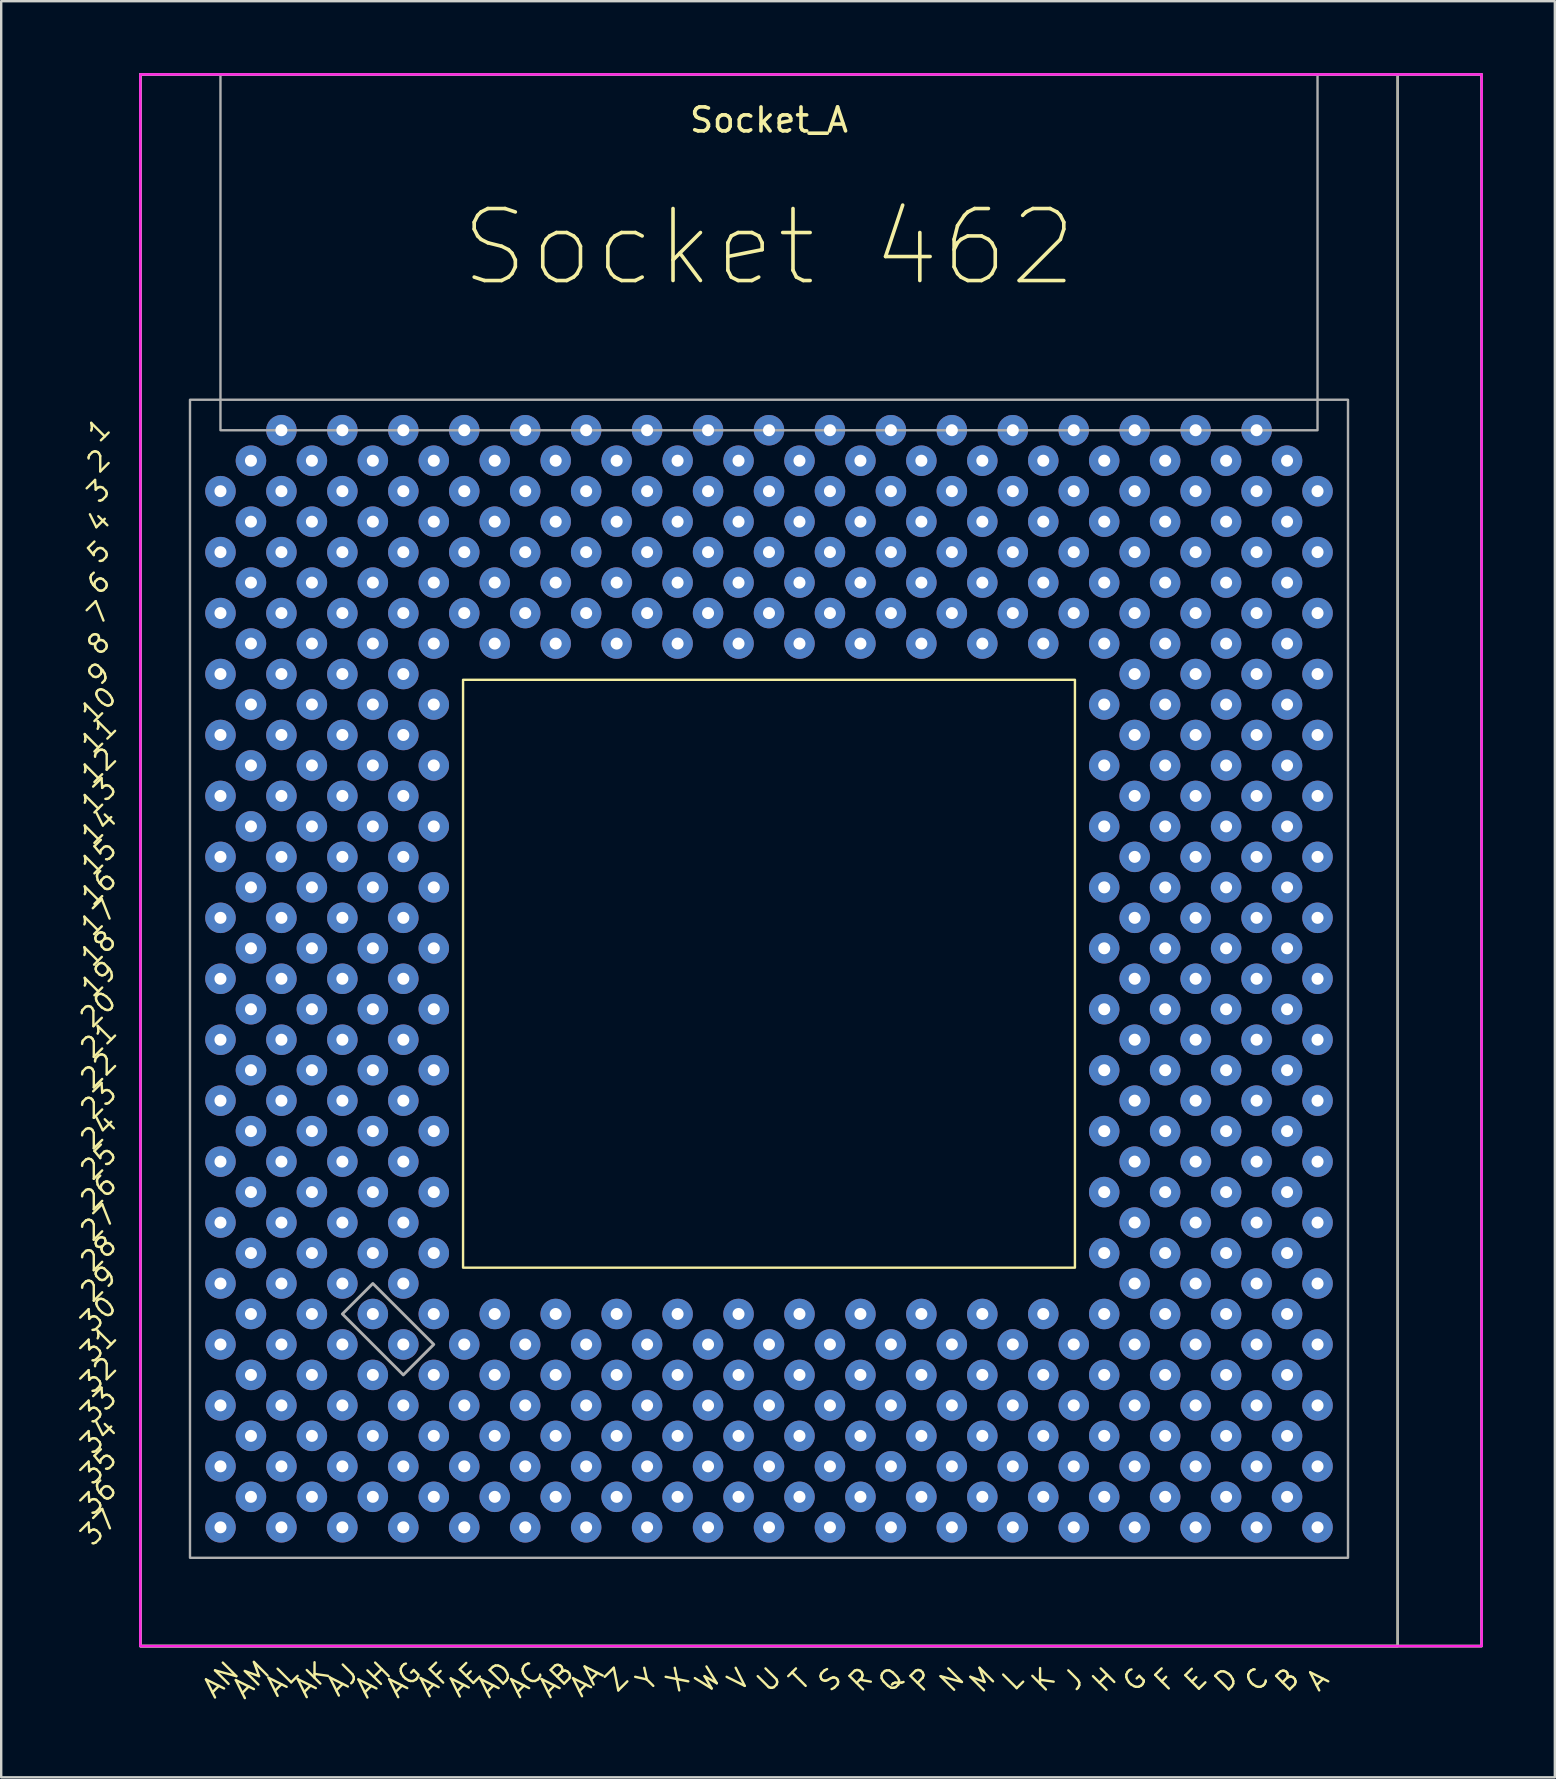
<source format=kicad_pcb>
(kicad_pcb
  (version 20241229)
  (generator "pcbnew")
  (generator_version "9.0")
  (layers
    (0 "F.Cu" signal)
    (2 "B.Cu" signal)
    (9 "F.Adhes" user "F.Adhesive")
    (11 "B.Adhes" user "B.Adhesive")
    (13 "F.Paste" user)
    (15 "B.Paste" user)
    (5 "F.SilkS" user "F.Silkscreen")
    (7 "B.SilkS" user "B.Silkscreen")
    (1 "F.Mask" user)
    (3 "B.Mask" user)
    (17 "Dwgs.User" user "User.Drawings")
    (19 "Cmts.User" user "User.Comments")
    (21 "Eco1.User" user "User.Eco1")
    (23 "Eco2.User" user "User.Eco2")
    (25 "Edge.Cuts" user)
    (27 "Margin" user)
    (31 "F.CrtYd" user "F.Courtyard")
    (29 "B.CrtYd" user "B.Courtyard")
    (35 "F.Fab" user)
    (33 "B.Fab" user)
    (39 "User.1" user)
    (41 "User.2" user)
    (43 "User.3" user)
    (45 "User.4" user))
  (footprint "Socket_A"
    (layer "F.Cu")
    (at 28.998 32.66)
    (property "Reference" "Socket_A" (at 0 -30.71 0) (unlocked yes) (layer "F.SilkS") (effects (font (size 1 1) (thickness 0.15))))
    (attr through_hole)
    (fp_rect (start -26.2 32.89) (end 26.2 -32.61) (stroke (width 0.1) (type solid)) (fill no) (layer "F.SilkS"))
    (fp_rect (start -26.2 32.89) (end 29.7 -32.61) (stroke (width 0.1) (type solid)) (fill no) (layer "F.SilkS"))
    (fp_rect (start 12.75 -7.38) (end -12.75 17.12) (stroke (width 0.1) (type solid)) (fill no) (layer "F.SilkS"))
    (fp_poly (pts (xy -26.2 -32.61) (xy 29.7 -32.61) (xy 29.7 32.89) (xy -26.2 32.89)) (stroke (width 0.1) (type solid)) (fill no) (layer "F.CrtYd"))
    (fp_rect (start -26.2 32.89) (end 26.2 -32.61) (stroke (width 0.1) (type solid)) (fill no) (layer "F.Fab"))
    (fp_rect (start -26.2 32.89) (end 29.7 -32.61) (stroke (width 0.1) (type solid)) (fill no) (layer "F.Fab"))
    (fp_rect (start -24.13 -19.05) (end 24.13 29.21) (stroke (width 0.1) (type solid)) (fill no) (layer "F.Fab"))
    (fp_rect (start -22.86 -17.78) (end 22.86 -32.61) (stroke (width 0.1) (type solid)) (fill no) (layer "F.Fab"))
    (fp_poly (pts (xy -26.2 -32.61) (xy 29.7 -32.61) (xy 29.7 32.89) (xy -26.2 32.89)) (stroke (width 0.1) (type solid)) (fill no) (layer "F.Fab"))
    (fp_poly (pts (xy -16.51 17.78) (xy -13.97 20.32) (xy -15.24 21.59) (xy -17.78 19.05)) (stroke (width 0.12) (type solid)) (fill no) (layer "F.Fab"))
    (fp_text user "AF" (at -13.97 34.29 45) (unlocked yes) (layer "F.SilkS") (effects (font (size 0.8 0.8) (thickness 0.1))))
    (fp_text user "4" (at -27.94 -13.97 45) (unlocked yes) (layer "F.SilkS") (effects (font (size 0.8 0.8) (thickness 0.1))))
    (fp_text user "P" (at 6.35 34.29 45) (unlocked yes) (layer "F.SilkS") (effects (font (size 0.8 0.8) (thickness 0.1))))
    (fp_text user "AH" (at -16.51 34.29 45) (unlocked yes) (layer "F.SilkS") (effects (font (size 0.8 0.8) (thickness 0.1))))
    (fp_text user "8" (at -27.94 -8.89 45) (unlocked yes) (layer "F.SilkS") (effects (font (size 0.8 0.8) (thickness 0.1))))
    (fp_text user "1" (at -27.94 -17.78 45) (unlocked yes) (layer "F.SilkS") (effects (font (size 0.8 0.8) (thickness 0.1))))
    (fp_text user "14" (at -27.94 -1.27 45) (unlocked yes) (layer "F.SilkS") (effects (font (size 0.8 0.8) (thickness 0.1))))
    (fp_text user "AC" (at -10.16 34.29 45) (unlocked yes) (layer "F.SilkS") (effects (font (size 0.8 0.8) (thickness 0.1))))
    (fp_text user "B" (at 21.59 34.29 45) (unlocked yes) (layer "F.SilkS") (effects (font (size 0.8 0.8) (thickness 0.1))))
    (fp_text user "27" (at -27.94 15.24 45) (unlocked yes) (layer "F.SilkS") (effects (font (size 0.8 0.8) (thickness 0.1))))
    (fp_text user "Socket 462" (at 0 -25.4 0) (unlocked yes) (layer "F.SilkS") (effects (font (size 3 3) (thickness 0.15))))
    (fp_text user "S" (at 2.54 34.29 45) (unlocked yes) (layer "F.SilkS") (effects (font (size 0.8 0.8) (thickness 0.1))))
    (fp_text user "2" (at -27.94 -16.51 45) (unlocked yes) (layer "F.SilkS") (effects (font (size 0.8 0.8) (thickness 0.1))))
    (fp_text user "L" (at 10.16 34.29 45) (unlocked yes) (layer "F.SilkS") (effects (font (size 0.8 0.8) (thickness 0.1))))
    (fp_text user "32" (at -27.94 21.59 45) (unlocked yes) (layer "F.SilkS") (effects (font (size 0.8 0.8) (thickness 0.1))))
    (fp_text user "18" (at -27.955 3.804 45) (unlocked yes) (layer "F.SilkS") (effects (font (size 0.8 0.8) (thickness 0.1))))
    (fp_text user "W" (at -2.54 34.29 45) (unlocked yes) (layer "F.SilkS") (effects (font (size 0.8 0.8) (thickness 0.1))))
    (fp_text user "M" (at 8.89 34.29 45) (unlocked yes) (layer "F.SilkS") (effects (font (size 0.8 0.8) (thickness 0.1))))
    (fp_text user "20" (at -27.955 6.34 45) (unlocked yes) (layer "F.SilkS") (effects (font (size 0.8 0.8) (thickness 0.1))))
    (fp_text user "AJ" (at -17.78 34.29 45) (unlocked yes) (layer "F.SilkS") (effects (font (size 0.8 0.8) (thickness 0.1))))
    (fp_text user "25" (at -27.94 12.7 45) (unlocked yes) (layer "F.SilkS") (effects (font (size 0.8 0.8) (thickness 0.1))))
    (fp_text user "19" (at -27.94 5.08 45) (unlocked yes) (layer "F.SilkS") (effects (font (size 0.8 0.8) (thickness 0.1))))
    (fp_text user "C" (at 20.32 34.29 45) (unlocked yes) (layer "F.SilkS") (effects (font (size 0.8 0.8) (thickness 0.1))))
    (fp_text user "16" (at -27.94 1.27 45) (unlocked yes) (layer "F.SilkS") (effects (font (size 0.8 0.8) (thickness 0.1))))
    (fp_text user "21" (at -27.94 7.62 45) (unlocked yes) (layer "F.SilkS") (effects (font (size 0.8 0.8) (thickness 0.1))))
    (fp_text user "AK" (at -19.05 34.29 45) (unlocked yes) (layer "F.SilkS") (effects (font (size 0.8 0.8) (thickness 0.1))))
    (fp_text user "AG" (at -15.24 34.29 45) (unlocked yes) (layer "F.SilkS") (effects (font (size 0.8 0.8) (thickness 0.1))))
    (fp_text user "37" (at -27.94 27.94 45) (unlocked yes) (layer "F.SilkS") (effects (font (size 0.8 0.8) (thickness 0.1))))
    (fp_text user "35" (at -27.94 25.4 45) (unlocked yes) (layer "F.SilkS") (effects (font (size 0.8 0.8) (thickness 0.1))))
    (fp_text user "N" (at 7.62 34.29 45) (unlocked yes) (layer "F.SilkS") (effects (font (size 0.8 0.8) (thickness 0.1))))
    (fp_text user "AB" (at -8.89 34.29 45) (unlocked yes) (layer "F.SilkS") (effects (font (size 0.8 0.8) (thickness 0.1))))
    (fp_text user "24" (at -27.94 11.43 45) (unlocked yes) (layer "F.SilkS") (effects (font (size 0.8 0.8) (thickness 0.1))))
    (fp_text user "Y" (at -5.08 34.29 45) (unlocked yes) (layer "F.SilkS") (effects (font (size 0.8 0.8) (thickness 0.1))))
    (fp_text user "G" (at 15.24 34.29 45) (unlocked yes) (layer "F.SilkS") (effects (font (size 0.8 0.8) (thickness 0.1))))
    (fp_text user "11" (at -27.94 -5.08 45) (unlocked yes) (layer "F.SilkS") (effects (font (size 0.8 0.8) (thickness 0.1))))
    (fp_text user "30" (at -27.94 19.05 45) (unlocked yes) (layer "F.SilkS") (effects (font (size 0.8 0.8) (thickness 0.1))))
    (fp_text user "AE" (at -12.7 34.29 45) (unlocked yes) (layer "F.SilkS") (effects (font (size 0.8 0.8) (thickness 0.1))))
    (fp_text user "K" (at 11.43 34.29 45) (unlocked yes) (layer "F.SilkS") (effects (font (size 0.8 0.8) (thickness 0.1))))
    (fp_text user "10" (at -27.94 -6.35 45) (unlocked yes) (layer "F.SilkS") (effects (font (size 0.8 0.8) (thickness 0.1))))
    (fp_text user "33" (at -27.94 22.86 45) (unlocked yes) (layer "F.SilkS") (effects (font (size 0.8 0.8) (thickness 0.1))))
    (fp_text user "5" (at -27.94 -12.7 45) (unlocked yes) (layer "F.SilkS") (effects (font (size 0.8 0.8) (thickness 0.1))))
    (fp_text user "6" (at -27.94 -11.43 45) (unlocked yes) (layer "F.SilkS") (effects (font (size 0.8 0.8) (thickness 0.1))))
    (fp_text user "28" (at -27.94 16.51 45) (unlocked yes) (layer "F.SilkS") (effects (font (size 0.8 0.8) (thickness 0.1))))
    (fp_text user "V" (at -1.27 34.29 45) (unlocked yes) (layer "F.SilkS") (effects (font (size 0.8 0.8) (thickness 0.1))))
    (fp_text user "AM" (at -21.59 34.29 45) (unlocked yes) (layer "F.SilkS") (effects (font (size 0.8 0.8) (thickness 0.1))))
    (fp_text user "AL" (at -20.32 34.29 45) (unlocked yes) (layer "F.SilkS") (effects (font (size 0.8 0.8) (thickness 0.1))))
    (fp_text user "R" (at 3.81 34.29 45) (unlocked yes) (layer "F.SilkS") (effects (font (size 0.8 0.8) (thickness 0.1))))
    (fp_text user "Q" (at 5.08 34.29 45) (unlocked yes) (layer "F.SilkS") (effects (font (size 0.8 0.8) (thickness 0.1))))
    (fp_text user "12" (at -27.94 -3.81 45) (unlocked yes) (layer "F.SilkS") (effects (font (size 0.8 0.8) (thickness 0.1))))
    (fp_text user "F" (at 16.51 34.29 45) (unlocked yes) (layer "F.SilkS") (effects (font (size 0.8 0.8) (thickness 0.1))))
    (fp_text user "H" (at 13.97 34.29 45) (unlocked yes) (layer "F.SilkS") (effects (font (size 0.8 0.8) (thickness 0.1))))
    (fp_text user "T" (at 1.27 34.29 45) (unlocked yes) (layer "F.SilkS") (effects (font (size 0.8 0.8) (thickness 0.1))))
    (fp_text user "AA" (at -7.62 34.29 45) (unlocked yes) (layer "F.SilkS") (effects (font (size 0.8 0.8) (thickness 0.1))))
    (fp_text user "22" (at -27.94 8.89 45) (unlocked yes) (layer "F.SilkS") (effects (font (size 0.8 0.8) (thickness 0.1))))
    (fp_text user "Z" (at -6.35 34.29 45) (unlocked yes) (layer "F.SilkS") (effects (font (size 0.8 0.8) (thickness 0.1))))
    (fp_text user "15" (at -27.94 0 45) (unlocked yes) (layer "F.SilkS") (effects (font (size 0.8 0.8) (thickness 0.1))))
    (fp_text user "13" (at -27.94 -2.54 45) (unlocked yes) (layer "F.SilkS") (effects (font (size 0.8 0.8) (thickness 0.1))))
    (fp_text user "J" (at 12.7 34.29 45) (unlocked yes) (layer "F.SilkS") (effects (font (size 0.8 0.8) (thickness 0.1))))
    (fp_text user "3" (at -27.94 -15.24 45) (unlocked yes) (layer "F.SilkS") (effects (font (size 0.8 0.8) (thickness 0.1))))
    (fp_text user "23" (at -27.94 10.16 45) (unlocked yes) (layer "F.SilkS") (effects (font (size 0.8 0.8) (thickness 0.1))))
    (fp_text user "U" (at 0 34.29 45) (unlocked yes) (layer "F.SilkS") (effects (font (size 0.8 0.8) (thickness 0.1))))
    (fp_text user "36" (at -27.94 26.67 45) (unlocked yes) (layer "F.SilkS") (effects (font (size 0.8 0.8) (thickness 0.1))))
    (fp_text user "AN" (at -22.86 34.29 45) (unlocked yes) (layer "F.SilkS") (effects (font (size 0.8 0.8) (thickness 0.1))))
    (fp_text user "E" (at 17.78 34.29 45) (unlocked yes) (layer "F.SilkS") (effects (font (size 0.8 0.8) (thickness 0.1))))
    (fp_text user "26" (at -27.94 13.97 45) (unlocked yes) (layer "F.SilkS") (effects (font (size 0.8 0.8) (thickness 0.1))))
    (fp_text user "31" (at -27.94 20.32 45) (unlocked yes) (layer "F.SilkS") (effects (font (size 0.8 0.8) (thickness 0.1))))
    (fp_text user "9" (at -27.94 -7.62 45) (unlocked yes) (layer "F.SilkS") (effects (font (size 0.8 0.8) (thickness 0.1))))
    (fp_text user "7" (at -27.94 -10.16 45) (unlocked yes) (layer "F.SilkS") (effects (font (size 0.8 0.8) (thickness 0.1))))
    (fp_text user "A" (at 22.86 34.29 45) (unlocked yes) (layer "F.SilkS") (effects (font (size 0.8 0.8) (thickness 0.1))))
    (fp_text user "AD" (at -11.43 34.29 45) (unlocked yes) (layer "F.SilkS") (effects (font (size 0.8 0.8) (thickness 0.1))))
    (fp_text user "29" (at -27.94 17.78 45) (unlocked yes) (layer "F.SilkS") (effects (font (size 0.8 0.8) (thickness 0.1))))
    (fp_text user "17" (at -27.955 2.529 45) (unlocked yes) (layer "F.SilkS") (effects (font (size 0.8 0.8) (thickness 0.1))))
    (fp_text user "D" (at 19.05 34.29 45) (unlocked yes) (layer "F.SilkS") (effects (font (size 0.8 0.8) (thickness 0.1))))
    (fp_text user "X" (at -3.81 34.29 45) (unlocked yes) (layer "F.SilkS") (effects (font (size 0.8 0.8) (thickness 0.1))))
    (fp_text user "34" (at -27.94 24.13 45) (unlocked yes) (layer "F.SilkS") (effects (font (size 0.8 0.8) (thickness 0.1))))
    (pad "A3" thru_hole circle (at 22.86 -15.24 270) (size 1.27 1.27) (drill 0.5) (layers "*.Cu" "*.Mask"))
    (pad "A5" thru_hole circle (at 22.86 -12.7 270) (size 1.27 1.27) (drill 0.5) (layers "*.Cu" "*.Mask"))
    (pad "A7" thru_hole circle (at 22.86 -10.16 270) (size 1.27 1.27) (drill 0.5) (layers "*.Cu" "*.Mask"))
    (pad "A9" thru_hole circle (at 22.86 -7.62 270) (size 1.27 1.27) (drill 0.5) (layers "*.Cu" "*.Mask"))
    (pad "A11" thru_hole circle (at 22.86 -5.08 270) (size 1.27 1.27) (drill 0.5) (layers "*.Cu" "*.Mask"))
    (pad "A13" thru_hole circle (at 22.86 -2.54 270) (size 1.27 1.27) (drill 0.5) (layers "*.Cu" "*.Mask"))
    (pad "A15" thru_hole circle (at 22.86 0 270) (size 1.27 1.27) (drill 0.5) (layers "*.Cu" "*.Mask"))
    (pad "A17" thru_hole circle (at 22.86 2.54 270) (size 1.27 1.27) (drill 0.5) (layers "*.Cu" "*.Mask"))
    (pad "A19" thru_hole circle (at 22.86 5.08 270) (size 1.27 1.27) (drill 0.5) (layers "*.Cu" "*.Mask"))
    (pad "A21" thru_hole circle (at 22.86 7.62 270) (size 1.27 1.27) (drill 0.5) (layers "*.Cu" "*.Mask"))
    (pad "A23" thru_hole circle (at 22.86 10.16 270) (size 1.27 1.27) (drill 0.5) (layers "*.Cu" "*.Mask"))
    (pad "A25" thru_hole circle (at 22.86 12.7 270) (size 1.27 1.27) (drill 0.5) (layers "*.Cu" "*.Mask"))
    (pad "A27" thru_hole circle (at 22.86 15.24 270) (size 1.27 1.27) (drill 0.5) (layers "*.Cu" "*.Mask"))
    (pad "A29" thru_hole circle (at 22.86 17.78 270) (size 1.27 1.27) (drill 0.5) (layers "*.Cu" "*.Mask"))
    (pad "A31" thru_hole circle (at 22.86 20.32 270) (size 1.27 1.27) (drill 0.5) (layers "*.Cu" "*.Mask"))
    (pad "A33" thru_hole circle (at 22.86 22.86 270) (size 1.27 1.27) (drill 0.5) (layers "*.Cu" "*.Mask"))
    (pad "A35" thru_hole circle (at 22.86 25.4 270) (size 1.27 1.27) (drill 0.5) (layers "*.Cu" "*.Mask"))
    (pad "A37" thru_hole circle (at 22.86 27.94 270) (size 1.27 1.27) (drill 0.5) (layers "*.Cu" "*.Mask"))
    (pad "AA1" thru_hole circle (at -7.62 -17.78 270) (size 1.27 1.27) (drill 0.5) (layers "*.Cu" "*.Mask"))
    (pad "AA3" thru_hole circle (at -7.62 -15.24 270) (size 1.27 1.27) (drill 0.5) (layers "*.Cu" "*.Mask"))
    (pad "AA5" thru_hole circle (at -7.62 -12.7 270) (size 1.27 1.27) (drill 0.5) (layers "*.Cu" "*.Mask"))
    (pad "AA7" thru_hole circle (at -7.62 -10.16 270) (size 1.27 1.27) (drill 0.5) (layers "*.Cu" "*.Mask"))
    (pad "AA31" thru_hole circle (at -7.62 20.32 270) (size 1.27 1.27) (drill 0.5) (layers "*.Cu" "*.Mask"))
    (pad "AA33" thru_hole circle (at -7.62 22.86 270) (size 1.27 1.27) (drill 0.5) (layers "*.Cu" "*.Mask"))
    (pad "AA35" thru_hole circle (at -7.62 25.4 270) (size 1.27 1.27) (drill 0.5) (layers "*.Cu" "*.Mask"))
    (pad "AA37" thru_hole circle (at -7.62 27.94 270) (size 1.27 1.27) (drill 0.5) (layers "*.Cu" "*.Mask"))
    (pad "AB2" thru_hole circle (at -8.89 -16.51 270) (size 1.27 1.27) (drill 0.5) (layers "*.Cu" "*.Mask"))
    (pad "AB4" thru_hole circle (at -8.89 -13.97 270) (size 1.27 1.27) (drill 0.5) (layers "*.Cu" "*.Mask"))
    (pad "AB6" thru_hole circle (at -8.89 -11.43 270) (size 1.27 1.27) (drill 0.5) (layers "*.Cu" "*.Mask"))
    (pad "AB8" thru_hole circle (at -8.89 -8.89 270) (size 1.27 1.27) (drill 0.5) (layers "*.Cu" "*.Mask"))
    (pad "AB30" thru_hole circle (at -8.89 19.05 270) (size 1.27 1.27) (drill 0.5) (layers "*.Cu" "*.Mask"))
    (pad "AB32" thru_hole circle (at -8.89 21.59 270) (size 1.27 1.27) (drill 0.5) (layers "*.Cu" "*.Mask"))
    (pad "AB34" thru_hole circle (at -8.89 24.13 270) (size 1.27 1.27) (drill 0.5) (layers "*.Cu" "*.Mask"))
    (pad "AB36" thru_hole circle (at -8.89 26.67 270) (size 1.27 1.27) (drill 0.5) (layers "*.Cu" "*.Mask"))
    (pad "AC1" thru_hole circle (at -10.16 -17.78 270) (size 1.27 1.27) (drill 0.5) (layers "*.Cu" "*.Mask"))
    (pad "AC3" thru_hole circle (at -10.16 -15.24 270) (size 1.27 1.27) (drill 0.5) (layers "*.Cu" "*.Mask"))
    (pad "AC5" thru_hole circle (at -10.16 -12.7 270) (size 1.27 1.27) (drill 0.5) (layers "*.Cu" "*.Mask"))
    (pad "AC7" thru_hole circle (at -10.16 -10.16 270) (size 1.27 1.27) (drill 0.5) (layers "*.Cu" "*.Mask"))
    (pad "AC31" thru_hole circle (at -10.16 20.32 270) (size 1.27 1.27) (drill 0.5) (layers "*.Cu" "*.Mask"))
    (pad "AC33" thru_hole circle (at -10.16 22.86 270) (size 1.27 1.27) (drill 0.5) (layers "*.Cu" "*.Mask"))
    (pad "AC35" thru_hole circle (at -10.16 25.4 270) (size 1.27 1.27) (drill 0.5) (layers "*.Cu" "*.Mask"))
    (pad "AC37" thru_hole circle (at -10.16 27.94 270) (size 1.27 1.27) (drill 0.5) (layers "*.Cu" "*.Mask"))
    (pad "AD2" thru_hole circle (at -11.43 -16.51 270) (size 1.27 1.27) (drill 0.5) (layers "*.Cu" "*.Mask"))
    (pad "AD4" thru_hole circle (at -11.43 -13.97 270) (size 1.27 1.27) (drill 0.5) (layers "*.Cu" "*.Mask"))
    (pad "AD6" thru_hole circle (at -11.43 -11.43 270) (size 1.27 1.27) (drill 0.5) (layers "*.Cu" "*.Mask"))
    (pad "AD8" thru_hole circle (at -11.43 -8.89 270) (size 1.27 1.27) (drill 0.5) (layers "*.Cu" "*.Mask"))
    (pad "AD30" thru_hole circle (at -11.43 19.05 270) (size 1.27 1.27) (drill 0.5) (layers "*.Cu" "*.Mask"))
    (pad "AD32" thru_hole circle (at -11.43 21.59 270) (size 1.27 1.27) (drill 0.5) (layers "*.Cu" "*.Mask"))
    (pad "AD34" thru_hole circle (at -11.43 24.13 270) (size 1.27 1.27) (drill 0.5) (layers "*.Cu" "*.Mask"))
    (pad "AD36" thru_hole circle (at -11.43 26.67 270) (size 1.27 1.27) (drill 0.5) (layers "*.Cu" "*.Mask"))
    (pad "AE1" thru_hole circle (at -12.7 -17.78 270) (size 1.27 1.27) (drill 0.5) (layers "*.Cu" "*.Mask"))
    (pad "AE3" thru_hole circle (at -12.7 -15.24 270) (size 1.27 1.27) (drill 0.5) (layers "*.Cu" "*.Mask"))
    (pad "AE5" thru_hole circle (at -12.7 -12.7 270) (size 1.27 1.27) (drill 0.5) (layers "*.Cu" "*.Mask"))
    (pad "AE7" thru_hole circle (at -12.7 -10.16 270) (size 1.27 1.27) (drill 0.5) (layers "*.Cu" "*.Mask"))
    (pad "AE31" thru_hole circle (at -12.7 20.32 270) (size 1.27 1.27) (drill 0.5) (layers "*.Cu" "*.Mask"))
    (pad "AE33" thru_hole circle (at -12.7 22.86 270) (size 1.27 1.27) (drill 0.5) (layers "*.Cu" "*.Mask"))
    (pad "AE35" thru_hole circle (at -12.7 25.4 270) (size 1.27 1.27) (drill 0.5) (layers "*.Cu" "*.Mask"))
    (pad "AE37" thru_hole circle (at -12.7 27.94 270) (size 1.27 1.27) (drill 0.5) (layers "*.Cu" "*.Mask"))
    (pad "AF2" thru_hole circle (at -13.97 -16.51 270) (size 1.27 1.27) (drill 0.5) (layers "*.Cu" "*.Mask"))
    (pad "AF4" thru_hole circle (at -13.97 -13.97 270) (size 1.27 1.27) (drill 0.5) (layers "*.Cu" "*.Mask"))
    (pad "AF6" thru_hole circle (at -13.97 -11.43 270) (size 1.27 1.27) (drill 0.5) (layers "*.Cu" "*.Mask"))
    (pad "AF8" thru_hole circle (at -13.97 -8.89 270) (size 1.27 1.27) (drill 0.5) (layers "*.Cu" "*.Mask"))
    (pad "AF10" thru_hole circle (at -13.97 -6.35 270) (size 1.27 1.27) (drill 0.5) (layers "*.Cu" "*.Mask"))
    (pad "AF12" thru_hole circle (at -13.97 -3.81 270) (size 1.27 1.27) (drill 0.5) (layers "*.Cu" "*.Mask"))
    (pad "AF14" thru_hole circle (at -13.97 -1.27 270) (size 1.27 1.27) (drill 0.5) (layers "*.Cu" "*.Mask"))
    (pad "AF16" thru_hole circle (at -13.97 1.27 270) (size 1.27 1.27) (drill 0.5) (layers "*.Cu" "*.Mask"))
    (pad "AF18" thru_hole circle (at -13.97 3.81 270) (size 1.27 1.27) (drill 0.5) (layers "*.Cu" "*.Mask"))
    (pad "AF20" thru_hole circle (at -13.97 6.35 270) (size 1.27 1.27) (drill 0.5) (layers "*.Cu" "*.Mask"))
    (pad "AF22" thru_hole circle (at -13.97 8.89 270) (size 1.27 1.27) (drill 0.5) (layers "*.Cu" "*.Mask"))
    (pad "AF24" thru_hole circle (at -13.97 11.43 270) (size 1.27 1.27) (drill 0.5) (layers "*.Cu" "*.Mask"))
    (pad "AF26" thru_hole circle (at -13.97 13.97 270) (size 1.27 1.27) (drill 0.5) (layers "*.Cu" "*.Mask"))
    (pad "AF28" thru_hole circle (at -13.97 16.51 270) (size 1.27 1.27) (drill 0.5) (layers "*.Cu" "*.Mask"))
    (pad "AF30" thru_hole circle (at -13.97 19.05 270) (size 1.27 1.27) (drill 0.5) (layers "*.Cu" "*.Mask"))
    (pad "AF32" thru_hole circle (at -13.97 21.59 270) (size 1.27 1.27) (drill 0.5) (layers "*.Cu" "*.Mask"))
    (pad "AF34" thru_hole circle (at -13.97 24.13 270) (size 1.27 1.27) (drill 0.5) (layers "*.Cu" "*.Mask"))
    (pad "AF36" thru_hole circle (at -13.97 26.67 270) (size 1.27 1.27) (drill 0.5) (layers "*.Cu" "*.Mask"))
    (pad "AG1" thru_hole circle (at -15.24 -17.78 270) (size 1.27 1.27) (drill 0.5) (layers "*.Cu" "*.Mask"))
    (pad "AG3" thru_hole circle (at -15.24 -15.24 270) (size 1.27 1.27) (drill 0.5) (layers "*.Cu" "*.Mask"))
    (pad "AG5" thru_hole circle (at -15.24 -12.7 270) (size 1.27 1.27) (drill 0.5) (layers "*.Cu" "*.Mask"))
    (pad "AG7" thru_hole circle (at -15.24 -10.16 270) (size 1.27 1.27) (drill 0.5) (layers "*.Cu" "*.Mask"))
    (pad "AG9" thru_hole circle (at -15.24 -7.62 270) (size 1.27 1.27) (drill 0.5) (layers "*.Cu" "*.Mask"))
    (pad "AG11" thru_hole circle (at -15.24 -5.08 270) (size 1.27 1.27) (drill 0.5) (layers "*.Cu" "*.Mask"))
    (pad "AG13" thru_hole circle (at -15.24 -2.54 270) (size 1.27 1.27) (drill 0.5) (layers "*.Cu" "*.Mask"))
    (pad "AG15" thru_hole circle (at -15.24 0 270) (size 1.27 1.27) (drill 0.5) (layers "*.Cu" "*.Mask"))
    (pad "AG17" thru_hole circle (at -15.24 2.54 270) (size 1.27 1.27) (drill 0.5) (layers "*.Cu" "*.Mask"))
    (pad "AG19" thru_hole circle (at -15.24 5.08 270) (size 1.27 1.27) (drill 0.5) (layers "*.Cu" "*.Mask"))
    (pad "AG21" thru_hole circle (at -15.24 7.62 270) (size 1.27 1.27) (drill 0.5) (layers "*.Cu" "*.Mask"))
    (pad "AG23" thru_hole circle (at -15.24 10.16 270) (size 1.27 1.27) (drill 0.5) (layers "*.Cu" "*.Mask"))
    (pad "AG25" thru_hole circle (at -15.24 12.7 270) (size 1.27 1.27) (drill 0.5) (layers "*.Cu" "*.Mask"))
    (pad "AG27" thru_hole circle (at -15.24 15.24 270) (size 1.27 1.27) (drill 0.5) (layers "*.Cu" "*.Mask"))
    (pad "AG29" thru_hole circle (at -15.24 17.78 270) (size 1.27 1.27) (drill 0.5) (layers "*.Cu" "*.Mask"))
    (pad "AG31" thru_hole circle (at -15.24 20.32 270) (size 1.27 1.27) (drill 0.5) (layers "*.Cu" "*.Mask"))
    (pad "AG33" thru_hole circle (at -15.24 22.86 270) (size 1.27 1.27) (drill 0.5) (layers "*.Cu" "*.Mask"))
    (pad "AG35" thru_hole circle (at -15.24 25.4 270) (size 1.27 1.27) (drill 0.5) (layers "*.Cu" "*.Mask"))
    (pad "AG37" thru_hole circle (at -15.24 27.94 270) (size 1.27 1.27) (drill 0.5) (layers "*.Cu" "*.Mask"))
    (pad "AH2" thru_hole circle (at -16.51 -16.51 270) (size 1.27 1.27) (drill 0.5) (layers "*.Cu" "*.Mask"))
    (pad "AH4" thru_hole circle (at -16.51 -13.97 270) (size 1.27 1.27) (drill 0.5) (layers "*.Cu" "*.Mask"))
    (pad "AH6" thru_hole circle (at -16.51 -11.43 270) (size 1.27 1.27) (drill 0.5) (layers "*.Cu" "*.Mask"))
    (pad "AH8" thru_hole circle (at -16.51 -8.89 270) (size 1.27 1.27) (drill 0.5) (layers "*.Cu" "*.Mask"))
    (pad "AH10" thru_hole circle (at -16.51 -6.35 270) (size 1.27 1.27) (drill 0.5) (layers "*.Cu" "*.Mask"))
    (pad "AH12" thru_hole circle (at -16.51 -3.81 270) (size 1.27 1.27) (drill 0.5) (layers "*.Cu" "*.Mask"))
    (pad "AH14" thru_hole circle (at -16.51 -1.27 270) (size 1.27 1.27) (drill 0.5) (layers "*.Cu" "*.Mask"))
    (pad "AH16" thru_hole circle (at -16.51 1.27 270) (size 1.27 1.27) (drill 0.5) (layers "*.Cu" "*.Mask"))
    (pad "AH18" thru_hole circle (at -16.51 3.81 270) (size 1.27 1.27) (drill 0.5) (layers "*.Cu" "*.Mask"))
    (pad "AH20" thru_hole circle (at -16.51 6.35 270) (size 1.27 1.27) (drill 0.5) (layers "*.Cu" "*.Mask"))
    (pad "AH22" thru_hole circle (at -16.51 8.89 270) (size 1.27 1.27) (drill 0.5) (layers "*.Cu" "*.Mask"))
    (pad "AH24" thru_hole circle (at -16.51 11.43 270) (size 1.27 1.27) (drill 0.5) (layers "*.Cu" "*.Mask"))
    (pad "AH26" thru_hole circle (at -16.51 13.97 270) (size 1.27 1.27) (drill 0.5) (layers "*.Cu" "*.Mask"))
    (pad "AH28" thru_hole circle (at -16.51 16.51 270) (size 1.27 1.27) (drill 0.5) (layers "*.Cu" "*.Mask"))
    (pad "AH30" thru_hole circle (at -16.51 19.05 270) (size 1.27 1.27) (drill 0.5) (layers "*.Cu" "*.Mask"))
    (pad "AH32" thru_hole circle (at -16.51 21.59 270) (size 1.27 1.27) (drill 0.5) (layers "*.Cu" "*.Mask"))
    (pad "AH34" thru_hole circle (at -16.51 24.13 270) (size 1.27 1.27) (drill 0.5) (layers "*.Cu" "*.Mask"))
    (pad "AH36" thru_hole circle (at -16.51 26.67 270) (size 1.27 1.27) (drill 0.5) (layers "*.Cu" "*.Mask"))
    (pad "AJ1" thru_hole circle (at -17.78 -17.78 270) (size 1.27 1.27) (drill 0.5) (layers "*.Cu" "*.Mask"))
    (pad "AJ3" thru_hole circle (at -17.78 -15.24 270) (size 1.27 1.27) (drill 0.5) (layers "*.Cu" "*.Mask"))
    (pad "AJ5" thru_hole circle (at -17.78 -12.7 270) (size 1.27 1.27) (drill 0.5) (layers "*.Cu" "*.Mask"))
    (pad "AJ7" thru_hole circle (at -17.78 -10.16 270) (size 1.27 1.27) (drill 0.5) (layers "*.Cu" "*.Mask"))
    (pad "AJ9" thru_hole circle (at -17.78 -7.62 270) (size 1.27 1.27) (drill 0.5) (layers "*.Cu" "*.Mask"))
    (pad "AJ11" thru_hole circle (at -17.78 -5.08 270) (size 1.27 1.27) (drill 0.5) (layers "*.Cu" "*.Mask"))
    (pad "AJ13" thru_hole circle (at -17.78 -2.54 270) (size 1.27 1.27) (drill 0.5) (layers "*.Cu" "*.Mask"))
    (pad "AJ15" thru_hole circle (at -17.78 0 270) (size 1.27 1.27) (drill 0.5) (layers "*.Cu" "*.Mask"))
    (pad "AJ17" thru_hole circle (at -17.78 2.54 270) (size 1.27 1.27) (drill 0.5) (layers "*.Cu" "*.Mask"))
    (pad "AJ19" thru_hole circle (at -17.78 5.08 270) (size 1.27 1.27) (drill 0.5) (layers "*.Cu" "*.Mask"))
    (pad "AJ21" thru_hole circle (at -17.78 7.62 270) (size 1.27 1.27) (drill 0.5) (layers "*.Cu" "*.Mask"))
    (pad "AJ23" thru_hole circle (at -17.78 10.16 270) (size 1.27 1.27) (drill 0.5) (layers "*.Cu" "*.Mask"))
    (pad "AJ25" thru_hole circle (at -17.78 12.7 270) (size 1.27 1.27) (drill 0.5) (layers "*.Cu" "*.Mask"))
    (pad "AJ27" thru_hole circle (at -17.78 15.24 270) (size 1.27 1.27) (drill 0.5) (layers "*.Cu" "*.Mask"))
    (pad "AJ29" thru_hole circle (at -17.78 17.78 270) (size 1.27 1.27) (drill 0.5) (layers "*.Cu" "*.Mask"))
    (pad "AJ31" thru_hole circle (at -17.78 20.32 270) (size 1.27 1.27) (drill 0.5) (layers "*.Cu" "*.Mask"))
    (pad "AJ33" thru_hole circle (at -17.78 22.86 270) (size 1.27 1.27) (drill 0.5) (layers "*.Cu" "*.Mask"))
    (pad "AJ35" thru_hole circle (at -17.78 25.4 270) (size 1.27 1.27) (drill 0.5) (layers "*.Cu" "*.Mask"))
    (pad "AJ37" thru_hole circle (at -17.78 27.94 270) (size 1.27 1.27) (drill 0.5) (layers "*.Cu" "*.Mask"))
    (pad "AK2" thru_hole circle (at -19.05 -16.51 270) (size 1.27 1.27) (drill 0.5) (layers "*.Cu" "*.Mask"))
    (pad "AK4" thru_hole circle (at -19.05 -13.97 270) (size 1.27 1.27) (drill 0.5) (layers "*.Cu" "*.Mask"))
    (pad "AK6" thru_hole circle (at -19.05 -11.43 270) (size 1.27 1.27) (drill 0.5) (layers "*.Cu" "*.Mask"))
    (pad "AK8" thru_hole circle (at -19.05 -8.89 270) (size 1.27 1.27) (drill 0.5) (layers "*.Cu" "*.Mask"))
    (pad "AK10" thru_hole circle (at -19.05 -6.35 270) (size 1.27 1.27) (drill 0.5) (layers "*.Cu" "*.Mask"))
    (pad "AK12" thru_hole circle (at -19.05 -3.81 270) (size 1.27 1.27) (drill 0.5) (layers "*.Cu" "*.Mask"))
    (pad "AK14" thru_hole circle (at -19.05 -1.27 270) (size 1.27 1.27) (drill 0.5) (layers "*.Cu" "*.Mask"))
    (pad "AK16" thru_hole circle (at -19.05 1.27 270) (size 1.27 1.27) (drill 0.5) (layers "*.Cu" "*.Mask"))
    (pad "AK18" thru_hole circle (at -19.05 3.81 270) (size 1.27 1.27) (drill 0.5) (layers "*.Cu" "*.Mask"))
    (pad "AK20" thru_hole circle (at -19.05 6.35 270) (size 1.27 1.27) (drill 0.5) (layers "*.Cu" "*.Mask"))
    (pad "AK22" thru_hole circle (at -19.05 8.89 270) (size 1.27 1.27) (drill 0.5) (layers "*.Cu" "*.Mask"))
    (pad "AK24" thru_hole circle (at -19.05 11.43 270) (size 1.27 1.27) (drill 0.5) (layers "*.Cu" "*.Mask"))
    (pad "AK26" thru_hole circle (at -19.05 13.97 270) (size 1.27 1.27) (drill 0.5) (layers "*.Cu" "*.Mask"))
    (pad "AK28" thru_hole circle (at -19.05 16.51 270) (size 1.27 1.27) (drill 0.5) (layers "*.Cu" "*.Mask"))
    (pad "AK30" thru_hole circle (at -19.05 19.05 270) (size 1.27 1.27) (drill 0.5) (layers "*.Cu" "*.Mask"))
    (pad "AK32" thru_hole circle (at -19.05 21.59 270) (size 1.27 1.27) (drill 0.5) (layers "*.Cu" "*.Mask"))
    (pad "AK34" thru_hole circle (at -19.05 24.13 270) (size 1.27 1.27) (drill 0.5) (layers "*.Cu" "*.Mask"))
    (pad "AK36" thru_hole circle (at -19.05 26.67 270) (size 1.27 1.27) (drill 0.5) (layers "*.Cu" "*.Mask"))
    (pad "AL1" thru_hole circle (at -20.32 -17.78 270) (size 1.27 1.27) (drill 0.5) (layers "*.Cu" "*.Mask"))
    (pad "AL3" thru_hole circle (at -20.32 -15.24 270) (size 1.27 1.27) (drill 0.5) (layers "*.Cu" "*.Mask"))
    (pad "AL5" thru_hole circle (at -20.32 -12.7 270) (size 1.27 1.27) (drill 0.5) (layers "*.Cu" "*.Mask"))
    (pad "AL7" thru_hole circle (at -20.32 -10.16 270) (size 1.27 1.27) (drill 0.5) (layers "*.Cu" "*.Mask"))
    (pad "AL9" thru_hole circle (at -20.32 -7.62 270) (size 1.27 1.27) (drill 0.5) (layers "*.Cu" "*.Mask"))
    (pad "AL11" thru_hole circle (at -20.32 -5.08 270) (size 1.27 1.27) (drill 0.5) (layers "*.Cu" "*.Mask"))
    (pad "AL13" thru_hole circle (at -20.32 -2.54 270) (size 1.27 1.27) (drill 0.5) (layers "*.Cu" "*.Mask"))
    (pad "AL15" thru_hole circle (at -20.32 0 270) (size 1.27 1.27) (drill 0.5) (layers "*.Cu" "*.Mask"))
    (pad "AL17" thru_hole circle (at -20.32 2.54 270) (size 1.27 1.27) (drill 0.5) (layers "*.Cu" "*.Mask"))
    (pad "AL19" thru_hole circle (at -20.32 5.08 270) (size 1.27 1.27) (drill 0.5) (layers "*.Cu" "*.Mask"))
    (pad "AL21" thru_hole circle (at -20.32 7.62 270) (size 1.27 1.27) (drill 0.5) (layers "*.Cu" "*.Mask"))
    (pad "AL23" thru_hole circle (at -20.32 10.16 270) (size 1.27 1.27) (drill 0.5) (layers "*.Cu" "*.Mask"))
    (pad "AL25" thru_hole circle (at -20.32 12.7 270) (size 1.27 1.27) (drill 0.5) (layers "*.Cu" "*.Mask"))
    (pad "AL27" thru_hole circle (at -20.32 15.24 270) (size 1.27 1.27) (drill 0.5) (layers "*.Cu" "*.Mask"))
    (pad "AL29" thru_hole circle (at -20.32 17.78 270) (size 1.27 1.27) (drill 0.5) (layers "*.Cu" "*.Mask"))
    (pad "AL31" thru_hole circle (at -20.32 20.32 270) (size 1.27 1.27) (drill 0.5) (layers "*.Cu" "*.Mask"))
    (pad "AL33" thru_hole circle (at -20.32 22.86 270) (size 1.27 1.27) (drill 0.5) (layers "*.Cu" "*.Mask"))
    (pad "AL35" thru_hole circle (at -20.32 25.4 270) (size 1.27 1.27) (drill 0.5) (layers "*.Cu" "*.Mask"))
    (pad "AL37" thru_hole circle (at -20.32 27.94 270) (size 1.27 1.27) (drill 0.5) (layers "*.Cu" "*.Mask"))
    (pad "AM2" thru_hole circle (at -21.59 -16.51 270) (size 1.27 1.27) (drill 0.5) (layers "*.Cu" "*.Mask"))
    (pad "AM4" thru_hole circle (at -21.59 -13.97 270) (size 1.27 1.27) (drill 0.5) (layers "*.Cu" "*.Mask"))
    (pad "AM6" thru_hole circle (at -21.59 -11.43 270) (size 1.27 1.27) (drill 0.5) (layers "*.Cu" "*.Mask"))
    (pad "AM8" thru_hole circle (at -21.59 -8.89 270) (size 1.27 1.27) (drill 0.5) (layers "*.Cu" "*.Mask"))
    (pad "AM10" thru_hole circle (at -21.59 -6.35 270) (size 1.27 1.27) (drill 0.5) (layers "*.Cu" "*.Mask"))
    (pad "AM12" thru_hole circle (at -21.59 -3.81 270) (size 1.27 1.27) (drill 0.5) (layers "*.Cu" "*.Mask"))
    (pad "AM14" thru_hole circle (at -21.59 -1.27 270) (size 1.27 1.27) (drill 0.5) (layers "*.Cu" "*.Mask"))
    (pad "AM16" thru_hole circle (at -21.59 1.27 270) (size 1.27 1.27) (drill 0.5) (layers "*.Cu" "*.Mask"))
    (pad "AM18" thru_hole circle (at -21.59 3.81 270) (size 1.27 1.27) (drill 0.5) (layers "*.Cu" "*.Mask"))
    (pad "AM20" thru_hole circle (at -21.59 6.35 270) (size 1.27 1.27) (drill 0.5) (layers "*.Cu" "*.Mask"))
    (pad "AM22" thru_hole circle (at -21.59 8.89 270) (size 1.27 1.27) (drill 0.5) (layers "*.Cu" "*.Mask"))
    (pad "AM24" thru_hole circle (at -21.59 11.43 270) (size 1.27 1.27) (drill 0.5) (layers "*.Cu" "*.Mask"))
    (pad "AM26" thru_hole circle (at -21.59 13.97 270) (size 1.27 1.27) (drill 0.5) (layers "*.Cu" "*.Mask"))
    (pad "AM28" thru_hole circle (at -21.59 16.51 270) (size 1.27 1.27) (drill 0.5) (layers "*.Cu" "*.Mask"))
    (pad "AM30" thru_hole circle (at -21.59 19.05 270) (size 1.27 1.27) (drill 0.5) (layers "*.Cu" "*.Mask"))
    (pad "AM32" thru_hole circle (at -21.59 21.59 270) (size 1.27 1.27) (drill 0.5) (layers "*.Cu" "*.Mask"))
    (pad "AM34" thru_hole circle (at -21.59 24.13 270) (size 1.27 1.27) (drill 0.5) (layers "*.Cu" "*.Mask"))
    (pad "AM36" thru_hole circle (at -21.59 26.67 270) (size 1.27 1.27) (drill 0.5) (layers "*.Cu" "*.Mask"))
    (pad "AN3" thru_hole circle (at -22.86 -15.24 270) (size 1.27 1.27) (drill 0.5) (layers "*.Cu" "*.Mask"))
    (pad "AN5" thru_hole circle (at -22.86 -12.7 270) (size 1.27 1.27) (drill 0.5) (layers "*.Cu" "*.Mask"))
    (pad "AN7" thru_hole circle (at -22.86 -10.16 270) (size 1.27 1.27) (drill 0.5) (layers "*.Cu" "*.Mask"))
    (pad "AN9" thru_hole circle (at -22.86 -7.62 270) (size 1.27 1.27) (drill 0.5) (layers "*.Cu" "*.Mask"))
    (pad "AN11" thru_hole circle (at -22.86 -5.08 270) (size 1.27 1.27) (drill 0.5) (layers "*.Cu" "*.Mask"))
    (pad "AN13" thru_hole circle (at -22.86 -2.54 270) (size 1.27 1.27) (drill 0.5) (layers "*.Cu" "*.Mask"))
    (pad "AN15" thru_hole circle (at -22.86 0 270) (size 1.27 1.27) (drill 0.5) (layers "*.Cu" "*.Mask"))
    (pad "AN17" thru_hole circle (at -22.86 2.54 270) (size 1.27 1.27) (drill 0.5) (layers "*.Cu" "*.Mask"))
    (pad "AN19" thru_hole circle (at -22.86 5.08 270) (size 1.27 1.27) (drill 0.5) (layers "*.Cu" "*.Mask"))
    (pad "AN21" thru_hole circle (at -22.86 7.62 270) (size 1.27 1.27) (drill 0.5) (layers "*.Cu" "*.Mask"))
    (pad "AN23" thru_hole circle (at -22.86 10.16 270) (size 1.27 1.27) (drill 0.5) (layers "*.Cu" "*.Mask"))
    (pad "AN25" thru_hole circle (at -22.86 12.7 270) (size 1.27 1.27) (drill 0.5) (layers "*.Cu" "*.Mask"))
    (pad "AN27" thru_hole circle (at -22.86 15.24 270) (size 1.27 1.27) (drill 0.5) (layers "*.Cu" "*.Mask"))
    (pad "AN29" thru_hole circle (at -22.86 17.78 270) (size 1.27 1.27) (drill 0.5) (layers "*.Cu" "*.Mask"))
    (pad "AN31" thru_hole circle (at -22.86 20.32 270) (size 1.27 1.27) (drill 0.5) (layers "*.Cu" "*.Mask"))
    (pad "AN33" thru_hole circle (at -22.86 22.86 270) (size 1.27 1.27) (drill 0.5) (layers "*.Cu" "*.Mask"))
    (pad "AN35" thru_hole circle (at -22.86 25.4 270) (size 1.27 1.27) (drill 0.5) (layers "*.Cu" "*.Mask"))
    (pad "AN37" thru_hole circle (at -22.86 27.94 270) (size 1.27 1.27) (drill 0.5) (layers "*.Cu" "*.Mask"))
    (pad "B2" thru_hole circle (at 21.59 -16.51 270) (size 1.27 1.27) (drill 0.5) (layers "*.Cu" "*.Mask"))
    (pad "B4" thru_hole circle (at 21.59 -13.97 270) (size 1.27 1.27) (drill 0.5) (layers "*.Cu" "*.Mask"))
    (pad "B6" thru_hole circle (at 21.59 -11.43 270) (size 1.27 1.27) (drill 0.5) (layers "*.Cu" "*.Mask"))
    (pad "B8" thru_hole circle (at 21.59 -8.89 270) (size 1.27 1.27) (drill 0.5) (layers "*.Cu" "*.Mask"))
    (pad "B10" thru_hole circle (at 21.59 -6.35 270) (size 1.27 1.27) (drill 0.5) (layers "*.Cu" "*.Mask"))
    (pad "B12" thru_hole circle (at 21.59 -3.81 270) (size 1.27 1.27) (drill 0.5) (layers "*.Cu" "*.Mask"))
    (pad "B14" thru_hole circle (at 21.59 -1.27 270) (size 1.27 1.27) (drill 0.5) (layers "*.Cu" "*.Mask"))
    (pad "B16" thru_hole circle (at 21.59 1.27 270) (size 1.27 1.27) (drill 0.5) (layers "*.Cu" "*.Mask"))
    (pad "B18" thru_hole circle (at 21.59 3.81 270) (size 1.27 1.27) (drill 0.5) (layers "*.Cu" "*.Mask"))
    (pad "B20" thru_hole circle (at 21.59 6.35 270) (size 1.27 1.27) (drill 0.5) (layers "*.Cu" "*.Mask"))
    (pad "B22" thru_hole circle (at 21.59 8.89 270) (size 1.27 1.27) (drill 0.5) (layers "*.Cu" "*.Mask"))
    (pad "B24" thru_hole circle (at 21.59 11.43 270) (size 1.27 1.27) (drill 0.5) (layers "*.Cu" "*.Mask"))
    (pad "B26" thru_hole circle (at 21.59 13.97 270) (size 1.27 1.27) (drill 0.5) (layers "*.Cu" "*.Mask"))
    (pad "B28" thru_hole circle (at 21.59 16.51 270) (size 1.27 1.27) (drill 0.5) (layers "*.Cu" "*.Mask"))
    (pad "B30" thru_hole circle (at 21.59 19.05 270) (size 1.27 1.27) (drill 0.5) (layers "*.Cu" "*.Mask"))
    (pad "B32" thru_hole circle (at 21.59 21.59 270) (size 1.27 1.27) (drill 0.5) (layers "*.Cu" "*.Mask"))
    (pad "B34" thru_hole circle (at 21.59 24.13 270) (size 1.27 1.27) (drill 0.5) (layers "*.Cu" "*.Mask"))
    (pad "B36" thru_hole circle (at 21.59 26.67 270) (size 1.27 1.27) (drill 0.5) (layers "*.Cu" "*.Mask"))
    (pad "C1" thru_hole circle (at 20.32 -17.78 270) (size 1.27 1.27) (drill 0.5) (layers "*.Cu" "*.Mask"))
    (pad "C3" thru_hole circle (at 20.32 -15.24 270) (size 1.27 1.27) (drill 0.5) (layers "*.Cu" "*.Mask"))
    (pad "C5" thru_hole circle (at 20.32 -12.7 270) (size 1.27 1.27) (drill 0.5) (layers "*.Cu" "*.Mask"))
    (pad "C7" thru_hole circle (at 20.32 -10.16 270) (size 1.27 1.27) (drill 0.5) (layers "*.Cu" "*.Mask"))
    (pad "C9" thru_hole circle (at 20.32 -7.62 270) (size 1.27 1.27) (drill 0.5) (layers "*.Cu" "*.Mask"))
    (pad "C11" thru_hole circle (at 20.32 -5.08 270) (size 1.27 1.27) (drill 0.5) (layers "*.Cu" "*.Mask"))
    (pad "C13" thru_hole circle (at 20.32 -2.54 270) (size 1.27 1.27) (drill 0.5) (layers "*.Cu" "*.Mask"))
    (pad "C15" thru_hole circle (at 20.32 0 270) (size 1.27 1.27) (drill 0.5) (layers "*.Cu" "*.Mask"))
    (pad "C17" thru_hole circle (at 20.32 2.54 270) (size 1.27 1.27) (drill 0.5) (layers "*.Cu" "*.Mask"))
    (pad "C19" thru_hole circle (at 20.32 5.08 270) (size 1.27 1.27) (drill 0.5) (layers "*.Cu" "*.Mask"))
    (pad "C21" thru_hole circle (at 20.32 7.62 270) (size 1.27 1.27) (drill 0.5) (layers "*.Cu" "*.Mask"))
    (pad "C23" thru_hole circle (at 20.32 10.16 270) (size 1.27 1.27) (drill 0.5) (layers "*.Cu" "*.Mask"))
    (pad "C25" thru_hole circle (at 20.32 12.7 270) (size 1.27 1.27) (drill 0.5) (layers "*.Cu" "*.Mask"))
    (pad "C27" thru_hole circle (at 20.32 15.24 270) (size 1.27 1.27) (drill 0.5) (layers "*.Cu" "*.Mask"))
    (pad "C29" thru_hole circle (at 20.32 17.78 270) (size 1.27 1.27) (drill 0.5) (layers "*.Cu" "*.Mask"))
    (pad "C31" thru_hole circle (at 20.32 20.32 270) (size 1.27 1.27) (drill 0.5) (layers "*.Cu" "*.Mask"))
    (pad "C33" thru_hole circle (at 20.32 22.86 270) (size 1.27 1.27) (drill 0.5) (layers "*.Cu" "*.Mask"))
    (pad "C35" thru_hole circle (at 20.32 25.4 270) (size 1.27 1.27) (drill 0.5) (layers "*.Cu" "*.Mask"))
    (pad "C37" thru_hole circle (at 20.32 27.94 270) (size 1.27 1.27) (drill 0.5) (layers "*.Cu" "*.Mask"))
    (pad "D2" thru_hole circle (at 19.05 -16.51 270) (size 1.27 1.27) (drill 0.5) (layers "*.Cu" "*.Mask"))
    (pad "D4" thru_hole circle (at 19.05 -13.97 270) (size 1.27 1.27) (drill 0.5) (layers "*.Cu" "*.Mask"))
    (pad "D6" thru_hole circle (at 19.05 -11.43 270) (size 1.27 1.27) (drill 0.5) (layers "*.Cu" "*.Mask"))
    (pad "D8" thru_hole circle (at 19.05 -8.89 270) (size 1.27 1.27) (drill 0.5) (layers "*.Cu" "*.Mask"))
    (pad "D10" thru_hole circle (at 19.05 -6.35 270) (size 1.27 1.27) (drill 0.5) (layers "*.Cu" "*.Mask"))
    (pad "D12" thru_hole circle (at 19.05 -3.81 270) (size 1.27 1.27) (drill 0.5) (layers "*.Cu" "*.Mask"))
    (pad "D14" thru_hole circle (at 19.05 -1.27 270) (size 1.27 1.27) (drill 0.5) (layers "*.Cu" "*.Mask"))
    (pad "D16" thru_hole circle (at 19.05 1.27 270) (size 1.27 1.27) (drill 0.5) (layers "*.Cu" "*.Mask"))
    (pad "D18" thru_hole circle (at 19.05 3.81 270) (size 1.27 1.27) (drill 0.5) (layers "*.Cu" "*.Mask"))
    (pad "D20" thru_hole circle (at 19.05 6.35 270) (size 1.27 1.27) (drill 0.5) (layers "*.Cu" "*.Mask"))
    (pad "D22" thru_hole circle (at 19.05 8.89 270) (size 1.27 1.27) (drill 0.5) (layers "*.Cu" "*.Mask"))
    (pad "D24" thru_hole circle (at 19.05 11.43 270) (size 1.27 1.27) (drill 0.5) (layers "*.Cu" "*.Mask"))
    (pad "D26" thru_hole circle (at 19.05 13.97 270) (size 1.27 1.27) (drill 0.5) (layers "*.Cu" "*.Mask"))
    (pad "D28" thru_hole circle (at 19.05 16.51 270) (size 1.27 1.27) (drill 0.5) (layers "*.Cu" "*.Mask"))
    (pad "D30" thru_hole circle (at 19.05 19.05 270) (size 1.27 1.27) (drill 0.5) (layers "*.Cu" "*.Mask"))
    (pad "D32" thru_hole circle (at 19.05 21.59 270) (size 1.27 1.27) (drill 0.5) (layers "*.Cu" "*.Mask"))
    (pad "D34" thru_hole circle (at 19.05 24.13 270) (size 1.27 1.27) (drill 0.5) (layers "*.Cu" "*.Mask"))
    (pad "D36" thru_hole circle (at 19.05 26.67 270) (size 1.27 1.27) (drill 0.5) (layers "*.Cu" "*.Mask"))
    (pad "E1" thru_hole circle (at 17.78 -17.78 270) (size 1.27 1.27) (drill 0.5) (layers "*.Cu" "*.Mask"))
    (pad "E3" thru_hole circle (at 17.78 -15.24 270) (size 1.27 1.27) (drill 0.5) (layers "*.Cu" "*.Mask"))
    (pad "E5" thru_hole circle (at 17.78 -12.7 270) (size 1.27 1.27) (drill 0.5) (layers "*.Cu" "*.Mask"))
    (pad "E7" thru_hole circle (at 17.78 -10.16 270) (size 1.27 1.27) (drill 0.5) (layers "*.Cu" "*.Mask"))
    (pad "E9" thru_hole circle (at 17.78 -7.62 270) (size 1.27 1.27) (drill 0.5) (layers "*.Cu" "*.Mask"))
    (pad "E11" thru_hole circle (at 17.78 -5.08 270) (size 1.27 1.27) (drill 0.5) (layers "*.Cu" "*.Mask"))
    (pad "E13" thru_hole circle (at 17.78 -2.54 270) (size 1.27 1.27) (drill 0.5) (layers "*.Cu" "*.Mask"))
    (pad "E15" thru_hole circle (at 17.78 0 270) (size 1.27 1.27) (drill 0.5) (layers "*.Cu" "*.Mask"))
    (pad "E17" thru_hole circle (at 17.78 2.54 270) (size 1.27 1.27) (drill 0.5) (layers "*.Cu" "*.Mask"))
    (pad "E19" thru_hole circle (at 17.78 5.08 270) (size 1.27 1.27) (drill 0.5) (layers "*.Cu" "*.Mask"))
    (pad "E21" thru_hole circle (at 17.78 7.62 270) (size 1.27 1.27) (drill 0.5) (layers "*.Cu" "*.Mask"))
    (pad "E23" thru_hole circle (at 17.78 10.16 270) (size 1.27 1.27) (drill 0.5) (layers "*.Cu" "*.Mask"))
    (pad "E25" thru_hole circle (at 17.78 12.7 270) (size 1.27 1.27) (drill 0.5) (layers "*.Cu" "*.Mask"))
    (pad "E27" thru_hole circle (at 17.78 15.24 270) (size 1.27 1.27) (drill 0.5) (layers "*.Cu" "*.Mask"))
    (pad "E29" thru_hole circle (at 17.78 17.78 270) (size 1.27 1.27) (drill 0.5) (layers "*.Cu" "*.Mask"))
    (pad "E31" thru_hole circle (at 17.78 20.32 270) (size 1.27 1.27) (drill 0.5) (layers "*.Cu" "*.Mask"))
    (pad "E33" thru_hole circle (at 17.78 22.86 270) (size 1.27 1.27) (drill 0.5) (layers "*.Cu" "*.Mask"))
    (pad "E35" thru_hole circle (at 17.78 25.4 270) (size 1.27 1.27) (drill 0.5) (layers "*.Cu" "*.Mask"))
    (pad "E37" thru_hole circle (at 17.78 27.94 270) (size 1.27 1.27) (drill 0.5) (layers "*.Cu" "*.Mask"))
    (pad "F2" thru_hole circle (at 16.51 -16.51 270) (size 1.27 1.27) (drill 0.5) (layers "*.Cu" "*.Mask"))
    (pad "F4" thru_hole circle (at 16.51 -13.97 270) (size 1.27 1.27) (drill 0.5) (layers "*.Cu" "*.Mask"))
    (pad "F6" thru_hole circle (at 16.51 -11.43 270) (size 1.27 1.27) (drill 0.5) (layers "*.Cu" "*.Mask"))
    (pad "F8" thru_hole circle (at 16.51 -8.89 270) (size 1.27 1.27) (drill 0.5) (layers "*.Cu" "*.Mask"))
    (pad "F10" thru_hole circle (at 16.51 -6.35 270) (size 1.27 1.27) (drill 0.5) (layers "*.Cu" "*.Mask"))
    (pad "F12" thru_hole circle (at 16.51 -3.81 270) (size 1.27 1.27) (drill 0.5) (layers "*.Cu" "*.Mask"))
    (pad "F14" thru_hole circle (at 16.51 -1.27 270) (size 1.27 1.27) (drill 0.5) (layers "*.Cu" "*.Mask"))
    (pad "F16" thru_hole circle (at 16.51 1.27 270) (size 1.27 1.27) (drill 0.5) (layers "*.Cu" "*.Mask"))
    (pad "F18" thru_hole circle (at 16.51 3.81 270) (size 1.27 1.27) (drill 0.5) (layers "*.Cu" "*.Mask"))
    (pad "F20" thru_hole circle (at 16.51 6.35 270) (size 1.27 1.27) (drill 0.5) (layers "*.Cu" "*.Mask"))
    (pad "F22" thru_hole circle (at 16.51 8.89 270) (size 1.27 1.27) (drill 0.5) (layers "*.Cu" "*.Mask"))
    (pad "F24" thru_hole circle (at 16.51 11.43 270) (size 1.27 1.27) (drill 0.5) (layers "*.Cu" "*.Mask"))
    (pad "F26" thru_hole circle (at 16.51 13.97 270) (size 1.27 1.27) (drill 0.5) (layers "*.Cu" "*.Mask"))
    (pad "F28" thru_hole circle (at 16.51 16.51 270) (size 1.27 1.27) (drill 0.5) (layers "*.Cu" "*.Mask"))
    (pad "F30" thru_hole circle (at 16.51 19.05 270) (size 1.27 1.27) (drill 0.5) (layers "*.Cu" "*.Mask"))
    (pad "F32" thru_hole circle (at 16.51 21.59 270) (size 1.27 1.27) (drill 0.5) (layers "*.Cu" "*.Mask"))
    (pad "F34" thru_hole circle (at 16.51 24.13 270) (size 1.27 1.27) (drill 0.5) (layers "*.Cu" "*.Mask"))
    (pad "F36" thru_hole circle (at 16.51 26.67 270) (size 1.27 1.27) (drill 0.5) (layers "*.Cu" "*.Mask"))
    (pad "G1" thru_hole circle (at 15.24 -17.78 270) (size 1.27 1.27) (drill 0.5) (layers "*.Cu" "*.Mask"))
    (pad "G3" thru_hole circle (at 15.24 -15.24 270) (size 1.27 1.27) (drill 0.5) (layers "*.Cu" "*.Mask"))
    (pad "G5" thru_hole circle (at 15.24 -12.7 270) (size 1.27 1.27) (drill 0.5) (layers "*.Cu" "*.Mask"))
    (pad "G7" thru_hole circle (at 15.24 -10.16 270) (size 1.27 1.27) (drill 0.5) (layers "*.Cu" "*.Mask"))
    (pad "G9" thru_hole circle (at 15.24 -7.62 270) (size 1.27 1.27) (drill 0.5) (layers "*.Cu" "*.Mask"))
    (pad "G11" thru_hole circle (at 15.24 -5.08 270) (size 1.27 1.27) (drill 0.5) (layers "*.Cu" "*.Mask"))
    (pad "G13" thru_hole circle (at 15.24 -2.54 270) (size 1.27 1.27) (drill 0.5) (layers "*.Cu" "*.Mask"))
    (pad "G15" thru_hole circle (at 15.24 0 270) (size 1.27 1.27) (drill 0.5) (layers "*.Cu" "*.Mask"))
    (pad "G17" thru_hole circle (at 15.24 2.54 270) (size 1.27 1.27) (drill 0.5) (layers "*.Cu" "*.Mask"))
    (pad "G19" thru_hole circle (at 15.24 5.08 270) (size 1.27 1.27) (drill 0.5) (layers "*.Cu" "*.Mask"))
    (pad "G21" thru_hole circle (at 15.24 7.62 270) (size 1.27 1.27) (drill 0.5) (layers "*.Cu" "*.Mask"))
    (pad "G23" thru_hole circle (at 15.24 10.16 270) (size 1.27 1.27) (drill 0.5) (layers "*.Cu" "*.Mask"))
    (pad "G25" thru_hole circle (at 15.24 12.7 270) (size 1.27 1.27) (drill 0.5) (layers "*.Cu" "*.Mask"))
    (pad "G27" thru_hole circle (at 15.24 15.24 270) (size 1.27 1.27) (drill 0.5) (layers "*.Cu" "*.Mask"))
    (pad "G29" thru_hole circle (at 15.24 17.78 270) (size 1.27 1.27) (drill 0.5) (layers "*.Cu" "*.Mask"))
    (pad "G31" thru_hole circle (at 15.24 20.32 270) (size 1.27 1.27) (drill 0.5) (layers "*.Cu" "*.Mask"))
    (pad "G33" thru_hole circle (at 15.24 22.86 270) (size 1.27 1.27) (drill 0.5) (layers "*.Cu" "*.Mask"))
    (pad "G35" thru_hole circle (at 15.24 25.4 270) (size 1.27 1.27) (drill 0.5) (layers "*.Cu" "*.Mask"))
    (pad "G37" thru_hole circle (at 15.24 27.94 270) (size 1.27 1.27) (drill 0.5) (layers "*.Cu" "*.Mask"))
    (pad "H2" thru_hole circle (at 13.97 -16.51 270) (size 1.27 1.27) (drill 0.5) (layers "*.Cu" "*.Mask"))
    (pad "H4" thru_hole circle (at 13.97 -13.97 270) (size 1.27 1.27) (drill 0.5) (layers "*.Cu" "*.Mask"))
    (pad "H6" thru_hole circle (at 13.97 -11.43 270) (size 1.27 1.27) (drill 0.5) (layers "*.Cu" "*.Mask"))
    (pad "H8" thru_hole circle (at 13.97 -8.89 270) (size 1.27 1.27) (drill 0.5) (layers "*.Cu" "*.Mask"))
    (pad "H10" thru_hole circle (at 13.97 -6.35 270) (size 1.27 1.27) (drill 0.5) (layers "*.Cu" "*.Mask"))
    (pad "H12" thru_hole circle (at 13.97 -3.81 270) (size 1.27 1.27) (drill 0.5) (layers "*.Cu" "*.Mask"))
    (pad "H14" thru_hole circle (at 13.97 -1.27 270) (size 1.27 1.27) (drill 0.5) (layers "*.Cu" "*.Mask"))
    (pad "H16" thru_hole circle (at 13.97 1.27 270) (size 1.27 1.27) (drill 0.5) (layers "*.Cu" "*.Mask"))
    (pad "H18" thru_hole circle (at 13.97 3.81 270) (size 1.27 1.27) (drill 0.5) (layers "*.Cu" "*.Mask"))
    (pad "H20" thru_hole circle (at 13.97 6.35 270) (size 1.27 1.27) (drill 0.5) (layers "*.Cu" "*.Mask"))
    (pad "H22" thru_hole circle (at 13.97 8.89 270) (size 1.27 1.27) (drill 0.5) (layers "*.Cu" "*.Mask"))
    (pad "H24" thru_hole circle (at 13.97 11.43 270) (size 1.27 1.27) (drill 0.5) (layers "*.Cu" "*.Mask"))
    (pad "H26" thru_hole circle (at 13.97 13.97 270) (size 1.27 1.27) (drill 0.5) (layers "*.Cu" "*.Mask"))
    (pad "H28" thru_hole circle (at 13.97 16.51 270) (size 1.27 1.27) (drill 0.5) (layers "*.Cu" "*.Mask"))
    (pad "H30" thru_hole circle (at 13.97 19.05 270) (size 1.27 1.27) (drill 0.5) (layers "*.Cu" "*.Mask"))
    (pad "H32" thru_hole circle (at 13.97 21.59 270) (size 1.27 1.27) (drill 0.5) (layers "*.Cu" "*.Mask"))
    (pad "H34" thru_hole circle (at 13.97 24.13 270) (size 1.27 1.27) (drill 0.5) (layers "*.Cu" "*.Mask"))
    (pad "H36" thru_hole circle (at 13.97 26.67 270) (size 1.27 1.27) (drill 0.5) (layers "*.Cu" "*.Mask"))
    (pad "J1" thru_hole circle (at 12.7 -17.78 270) (size 1.27 1.27) (drill 0.5) (layers "*.Cu" "*.Mask"))
    (pad "J3" thru_hole circle (at 12.7 -15.24 270) (size 1.27 1.27) (drill 0.5) (layers "*.Cu" "*.Mask"))
    (pad "J5" thru_hole circle (at 12.7 -12.7 270) (size 1.27 1.27) (drill 0.5) (layers "*.Cu" "*.Mask"))
    (pad "J7" thru_hole circle (at 12.7 -10.16 270) (size 1.27 1.27) (drill 0.5) (layers "*.Cu" "*.Mask"))
    (pad "J31" thru_hole circle (at 12.7 20.32 270) (size 1.27 1.27) (drill 0.5) (layers "*.Cu" "*.Mask"))
    (pad "J33" thru_hole circle (at 12.7 22.86 270) (size 1.27 1.27) (drill 0.5) (layers "*.Cu" "*.Mask"))
    (pad "J35" thru_hole circle (at 12.7 25.4 270) (size 1.27 1.27) (drill 0.5) (layers "*.Cu" "*.Mask"))
    (pad "J37" thru_hole circle (at 12.7 27.94 270) (size 1.27 1.27) (drill 0.5) (layers "*.Cu" "*.Mask"))
    (pad "K2" thru_hole circle (at 11.43 -16.51 270) (size 1.27 1.27) (drill 0.5) (layers "*.Cu" "*.Mask"))
    (pad "K4" thru_hole circle (at 11.43 -13.97 270) (size 1.27 1.27) (drill 0.5) (layers "*.Cu" "*.Mask"))
    (pad "K6" thru_hole circle (at 11.43 -11.43 270) (size 1.27 1.27) (drill 0.5) (layers "*.Cu" "*.Mask"))
    (pad "K8" thru_hole circle (at 11.43 -8.89 270) (size 1.27 1.27) (drill 0.5) (layers "*.Cu" "*.Mask"))
    (pad "K30" thru_hole circle (at 11.43 19.05 270) (size 1.27 1.27) (drill 0.5) (layers "*.Cu" "*.Mask"))
    (pad "K32" thru_hole circle (at 11.43 21.59 270) (size 1.27 1.27) (drill 0.5) (layers "*.Cu" "*.Mask"))
    (pad "K34" thru_hole circle (at 11.43 24.13 270) (size 1.27 1.27) (drill 0.5) (layers "*.Cu" "*.Mask"))
    (pad "K36" thru_hole circle (at 11.43 26.67 270) (size 1.27 1.27) (drill 0.5) (layers "*.Cu" "*.Mask"))
    (pad "L1" thru_hole circle (at 10.16 -17.78 270) (size 1.27 1.27) (drill 0.5) (layers "*.Cu" "*.Mask"))
    (pad "L3" thru_hole circle (at 10.16 -15.24 270) (size 1.27 1.27) (drill 0.5) (layers "*.Cu" "*.Mask"))
    (pad "L5" thru_hole circle (at 10.16 -12.7 270) (size 1.27 1.27) (drill 0.5) (layers "*.Cu" "*.Mask"))
    (pad "L7" thru_hole circle (at 10.16 -10.16 270) (size 1.27 1.27) (drill 0.5) (layers "*.Cu" "*.Mask"))
    (pad "L31" thru_hole circle (at 10.16 20.32 270) (size 1.27 1.27) (drill 0.5) (layers "*.Cu" "*.Mask"))
    (pad "L33" thru_hole circle (at 10.16 22.86 270) (size 1.27 1.27) (drill 0.5) (layers "*.Cu" "*.Mask"))
    (pad "L35" thru_hole circle (at 10.16 25.4 270) (size 1.27 1.27) (drill 0.5) (layers "*.Cu" "*.Mask"))
    (pad "L37" thru_hole circle (at 10.16 27.94 270) (size 1.27 1.27) (drill 0.5) (layers "*.Cu" "*.Mask"))
    (pad "M2" thru_hole circle (at 8.89 -16.51 270) (size 1.27 1.27) (drill 0.5) (layers "*.Cu" "*.Mask"))
    (pad "M4" thru_hole circle (at 8.89 -13.97 270) (size 1.27 1.27) (drill 0.5) (layers "*.Cu" "*.Mask"))
    (pad "M6" thru_hole circle (at 8.89 -11.43 270) (size 1.27 1.27) (drill 0.5) (layers "*.Cu" "*.Mask"))
    (pad "M8" thru_hole circle (at 8.89 -8.89 270) (size 1.27 1.27) (drill 0.5) (layers "*.Cu" "*.Mask"))
    (pad "M30" thru_hole circle (at 8.89 19.05 270) (size 1.27 1.27) (drill 0.5) (layers "*.Cu" "*.Mask"))
    (pad "M32" thru_hole circle (at 8.89 21.59 270) (size 1.27 1.27) (drill 0.5) (layers "*.Cu" "*.Mask"))
    (pad "M34" thru_hole circle (at 8.89 24.13 270) (size 1.27 1.27) (drill 0.5) (layers "*.Cu" "*.Mask"))
    (pad "M36" thru_hole circle (at 8.89 26.67 270) (size 1.27 1.27) (drill 0.5) (layers "*.Cu" "*.Mask"))
    (pad "N1" thru_hole circle (at 7.62 -17.78 270) (size 1.27 1.27) (drill 0.5) (layers "*.Cu" "*.Mask"))
    (pad "N3" thru_hole circle (at 7.62 -15.24 270) (size 1.27 1.27) (drill 0.5) (layers "*.Cu" "*.Mask"))
    (pad "N5" thru_hole circle (at 7.62 -12.7 270) (size 1.27 1.27) (drill 0.5) (layers "*.Cu" "*.Mask"))
    (pad "N7" thru_hole circle (at 7.62 -10.16 270) (size 1.27 1.27) (drill 0.5) (layers "*.Cu" "*.Mask"))
    (pad "N31" thru_hole circle (at 7.62 20.32 270) (size 1.27 1.27) (drill 0.5) (layers "*.Cu" "*.Mask"))
    (pad "N33" thru_hole circle (at 7.62 22.86 270) (size 1.27 1.27) (drill 0.5) (layers "*.Cu" "*.Mask"))
    (pad "N35" thru_hole circle (at 7.62 25.4 270) (size 1.27 1.27) (drill 0.5) (layers "*.Cu" "*.Mask"))
    (pad "N37" thru_hole circle (at 7.62 27.94 270) (size 1.27 1.27) (drill 0.5) (layers "*.Cu" "*.Mask"))
    (pad "P2" thru_hole circle (at 6.35 -16.51 270) (size 1.27 1.27) (drill 0.5) (layers "*.Cu" "*.Mask"))
    (pad "P4" thru_hole circle (at 6.35 -13.97 270) (size 1.27 1.27) (drill 0.5) (layers "*.Cu" "*.Mask"))
    (pad "P6" thru_hole circle (at 6.35 -11.43 270) (size 1.27 1.27) (drill 0.5) (layers "*.Cu" "*.Mask"))
    (pad "P8" thru_hole circle (at 6.35 -8.89 270) (size 1.27 1.27) (drill 0.5) (layers "*.Cu" "*.Mask"))
    (pad "P30" thru_hole circle (at 6.35 19.05 270) (size 1.27 1.27) (drill 0.5) (layers "*.Cu" "*.Mask"))
    (pad "P32" thru_hole circle (at 6.35 21.59 270) (size 1.27 1.27) (drill 0.5) (layers "*.Cu" "*.Mask"))
    (pad "P34" thru_hole circle (at 6.35 24.13 270) (size 1.27 1.27) (drill 0.5) (layers "*.Cu" "*.Mask"))
    (pad "P36" thru_hole circle (at 6.35 26.67 270) (size 1.27 1.27) (drill 0.5) (layers "*.Cu" "*.Mask"))
    (pad "Q1" thru_hole circle (at 5.08 -17.78 270) (size 1.27 1.27) (drill 0.5) (layers "*.Cu" "*.Mask"))
    (pad "Q3" thru_hole circle (at 5.08 -15.24 270) (size 1.27 1.27) (drill 0.5) (layers "*.Cu" "*.Mask"))
    (pad "Q5" thru_hole circle (at 5.08 -12.7 270) (size 1.27 1.27) (drill 0.5) (layers "*.Cu" "*.Mask"))
    (pad "Q7" thru_hole circle (at 5.08 -10.16 270) (size 1.27 1.27) (drill 0.5) (layers "*.Cu" "*.Mask"))
    (pad "Q31" thru_hole circle (at 5.08 20.32 270) (size 1.27 1.27) (drill 0.5) (layers "*.Cu" "*.Mask"))
    (pad "Q33" thru_hole circle (at 5.08 22.86 270) (size 1.27 1.27) (drill 0.5) (layers "*.Cu" "*.Mask"))
    (pad "Q35" thru_hole circle (at 5.08 25.4 270) (size 1.27 1.27) (drill 0.5) (layers "*.Cu" "*.Mask"))
    (pad "Q37" thru_hole circle (at 5.08 27.94 270) (size 1.27 1.27) (drill 0.5) (layers "*.Cu" "*.Mask"))
    (pad "R2" thru_hole circle (at 3.81 -16.51 270) (size 1.27 1.27) (drill 0.5) (layers "*.Cu" "*.Mask"))
    (pad "R4" thru_hole circle (at 3.81 -13.97 270) (size 1.27 1.27) (drill 0.5) (layers "*.Cu" "*.Mask"))
    (pad "R6" thru_hole circle (at 3.81 -11.43 270) (size 1.27 1.27) (drill 0.5) (layers "*.Cu" "*.Mask"))
    (pad "R8" thru_hole circle (at 3.81 -8.89 270) (size 1.27 1.27) (drill 0.5) (layers "*.Cu" "*.Mask"))
    (pad "R30" thru_hole circle (at 3.81 19.05 270) (size 1.27 1.27) (drill 0.5) (layers "*.Cu" "*.Mask"))
    (pad "R32" thru_hole circle (at 3.81 21.59 270) (size 1.27 1.27) (drill 0.5) (layers "*.Cu" "*.Mask"))
    (pad "R34" thru_hole circle (at 3.81 24.13 270) (size 1.27 1.27) (drill 0.5) (layers "*.Cu" "*.Mask"))
    (pad "R36" thru_hole circle (at 3.81 26.67 270) (size 1.27 1.27) (drill 0.5) (layers "*.Cu" "*.Mask"))
    (pad "S1" thru_hole circle (at 2.54 -17.78 270) (size 1.27 1.27) (drill 0.5) (layers "*.Cu" "*.Mask"))
    (pad "S3" thru_hole circle (at 2.54 -15.24 270) (size 1.27 1.27) (drill 0.5) (layers "*.Cu" "*.Mask"))
    (pad "S5" thru_hole circle (at 2.54 -12.7 270) (size 1.27 1.27) (drill 0.5) (layers "*.Cu" "*.Mask"))
    (pad "S7" thru_hole circle (at 2.54 -10.16 270) (size 1.27 1.27) (drill 0.5) (layers "*.Cu" "*.Mask"))
    (pad "S31" thru_hole circle (at 2.54 20.32 270) (size 1.27 1.27) (drill 0.5) (layers "*.Cu" "*.Mask"))
    (pad "S33" thru_hole circle (at 2.54 22.86 270) (size 1.27 1.27) (drill 0.5) (layers "*.Cu" "*.Mask"))
    (pad "S35" thru_hole circle (at 2.54 25.4 270) (size 1.27 1.27) (drill 0.5) (layers "*.Cu" "*.Mask"))
    (pad "S37" thru_hole circle (at 2.54 27.94 270) (size 1.27 1.27) (drill 0.5) (layers "*.Cu" "*.Mask"))
    (pad "T2" thru_hole circle (at 1.27 -16.51 270) (size 1.27 1.27) (drill 0.5) (layers "*.Cu" "*.Mask"))
    (pad "T4" thru_hole circle (at 1.27 -13.97 270) (size 1.27 1.27) (drill 0.5) (layers "*.Cu" "*.Mask"))
    (pad "T6" thru_hole circle (at 1.27 -11.43 270) (size 1.27 1.27) (drill 0.5) (layers "*.Cu" "*.Mask"))
    (pad "T8" thru_hole circle (at 1.27 -8.89 270) (size 1.27 1.27) (drill 0.5) (layers "*.Cu" "*.Mask"))
    (pad "T30" thru_hole circle (at 1.27 19.05 270) (size 1.27 1.27) (drill 0.5) (layers "*.Cu" "*.Mask"))
    (pad "T32" thru_hole circle (at 1.27 21.59 270) (size 1.27 1.27) (drill 0.5) (layers "*.Cu" "*.Mask"))
    (pad "T34" thru_hole circle (at 1.27 24.13 270) (size 1.27 1.27) (drill 0.5) (layers "*.Cu" "*.Mask"))
    (pad "T36" thru_hole circle (at 1.27 26.67 270) (size 1.27 1.27) (drill 0.5) (layers "*.Cu" "*.Mask"))
    (pad "U1" thru_hole circle (at 0 -17.78 270) (size 1.27 1.27) (drill 0.5) (layers "*.Cu" "*.Mask"))
    (pad "U3" thru_hole circle (at 0 -15.24 270) (size 1.27 1.27) (drill 0.5) (layers "*.Cu" "*.Mask"))
    (pad "U5" thru_hole circle (at 0 -12.7 270) (size 1.27 1.27) (drill 0.5) (layers "*.Cu" "*.Mask"))
    (pad "U7" thru_hole circle (at 0 -10.16 270) (size 1.27 1.27) (drill 0.5) (layers "*.Cu" "*.Mask"))
    (pad "U31" thru_hole circle (at 0 20.32 270) (size 1.27 1.27) (drill 0.5) (layers "*.Cu" "*.Mask"))
    (pad "U33" thru_hole circle (at 0 22.86 270) (size 1.27 1.27) (drill 0.5) (layers "*.Cu" "*.Mask"))
    (pad "U35" thru_hole circle (at 0 25.4 270) (size 1.27 1.27) (drill 0.5) (layers "*.Cu" "*.Mask"))
    (pad "U37" thru_hole circle (at 0 27.94 270) (size 1.27 1.27) (drill 0.5) (layers "*.Cu" "*.Mask"))
    (pad "V2" thru_hole circle (at -1.27 -16.51 270) (size 1.27 1.27) (drill 0.5) (layers "*.Cu" "*.Mask"))
    (pad "V4" thru_hole circle (at -1.27 -13.97 270) (size 1.27 1.27) (drill 0.5) (layers "*.Cu" "*.Mask"))
    (pad "V6" thru_hole circle (at -1.27 -11.43 270) (size 1.27 1.27) (drill 0.5) (layers "*.Cu" "*.Mask"))
    (pad "V8" thru_hole circle (at -1.27 -8.89 270) (size 1.27 1.27) (drill 0.5) (layers "*.Cu" "*.Mask"))
    (pad "V30" thru_hole circle (at -1.27 19.05 270) (size 1.27 1.27) (drill 0.5) (layers "*.Cu" "*.Mask"))
    (pad "V32" thru_hole circle (at -1.27 21.59 270) (size 1.27 1.27) (drill 0.5) (layers "*.Cu" "*.Mask"))
    (pad "V34" thru_hole circle (at -1.27 24.13 270) (size 1.27 1.27) (drill 0.5) (layers "*.Cu" "*.Mask"))
    (pad "V36" thru_hole circle (at -1.27 26.67 270) (size 1.27 1.27) (drill 0.5) (layers "*.Cu" "*.Mask"))
    (pad "W1" thru_hole circle (at -2.54 -17.78 270) (size 1.27 1.27) (drill 0.5) (layers "*.Cu" "*.Mask"))
    (pad "W3" thru_hole circle (at -2.54 -15.24 270) (size 1.27 1.27) (drill 0.5) (layers "*.Cu" "*.Mask"))
    (pad "W5" thru_hole circle (at -2.54 -12.7 270) (size 1.27 1.27) (drill 0.5) (layers "*.Cu" "*.Mask"))
    (pad "W7" thru_hole circle (at -2.54 -10.16 270) (size 1.27 1.27) (drill 0.5) (layers "*.Cu" "*.Mask"))
    (pad "W31" thru_hole circle (at -2.54 20.32 270) (size 1.27 1.27) (drill 0.5) (layers "*.Cu" "*.Mask"))
    (pad "W33" thru_hole circle (at -2.54 22.86 270) (size 1.27 1.27) (drill 0.5) (layers "*.Cu" "*.Mask"))
    (pad "W35" thru_hole circle (at -2.54 25.4 270) (size 1.27 1.27) (drill 0.5) (layers "*.Cu" "*.Mask"))
    (pad "W37" thru_hole circle (at -2.54 27.94 270) (size 1.27 1.27) (drill 0.5) (layers "*.Cu" "*.Mask"))
    (pad "X2" thru_hole circle (at -3.81 -16.51 270) (size 1.27 1.27) (drill 0.5) (layers "*.Cu" "*.Mask"))
    (pad "X4" thru_hole circle (at -3.81 -13.97 270) (size 1.27 1.27) (drill 0.5) (layers "*.Cu" "*.Mask"))
    (pad "X6" thru_hole circle (at -3.81 -11.43 270) (size 1.27 1.27) (drill 0.5) (layers "*.Cu" "*.Mask"))
    (pad "X8" thru_hole circle (at -3.81 -8.89 270) (size 1.27 1.27) (drill 0.5) (layers "*.Cu" "*.Mask"))
    (pad "X30" thru_hole circle (at -3.81 19.05 270) (size 1.27 1.27) (drill 0.5) (layers "*.Cu" "*.Mask"))
    (pad "X32" thru_hole circle (at -3.81 21.59 270) (size 1.27 1.27) (drill 0.5) (layers "*.Cu" "*.Mask"))
    (pad "X34" thru_hole circle (at -3.81 24.13 270) (size 1.27 1.27) (drill 0.5) (layers "*.Cu" "*.Mask"))
    (pad "X36" thru_hole circle (at -3.81 26.67 270) (size 1.27 1.27) (drill 0.5) (layers "*.Cu" "*.Mask"))
    (pad "Y1" thru_hole circle (at -5.08 -17.78 270) (size 1.27 1.27) (drill 0.5) (layers "*.Cu" "*.Mask"))
    (pad "Y3" thru_hole circle (at -5.08 -15.24 270) (size 1.27 1.27) (drill 0.5) (layers "*.Cu" "*.Mask"))
    (pad "Y5" thru_hole circle (at -5.08 -12.7 270) (size 1.27 1.27) (drill 0.5) (layers "*.Cu" "*.Mask"))
    (pad "Y7" thru_hole circle (at -5.08 -10.16 270) (size 1.27 1.27) (drill 0.5) (layers "*.Cu" "*.Mask"))
    (pad "Y31" thru_hole circle (at -5.08 20.32 270) (size 1.27 1.27) (drill 0.5) (layers "*.Cu" "*.Mask"))
    (pad "Y33" thru_hole circle (at -5.08 22.86 270) (size 1.27 1.27) (drill 0.5) (layers "*.Cu" "*.Mask"))
    (pad "Y35" thru_hole circle (at -5.08 25.4 270) (size 1.27 1.27) (drill 0.5) (layers "*.Cu" "*.Mask"))
    (pad "Y37" thru_hole circle (at -5.08 27.94 270) (size 1.27 1.27) (drill 0.5) (layers "*.Cu" "*.Mask"))
    (pad "Z2" thru_hole circle (at -6.35 -16.51 270) (size 1.27 1.27) (drill 0.5) (layers "*.Cu" "*.Mask"))
    (pad "Z4" thru_hole circle (at -6.35 -13.97 270) (size 1.27 1.27) (drill 0.5) (layers "*.Cu" "*.Mask"))
    (pad "Z6" thru_hole circle (at -6.35 -11.43 270) (size 1.27 1.27) (drill 0.5) (layers "*.Cu" "*.Mask"))
    (pad "Z8" thru_hole circle (at -6.35 -8.89 270) (size 1.27 1.27) (drill 0.5) (layers "*.Cu" "*.Mask"))
    (pad "Z30" thru_hole circle (at -6.35 19.05 270) (size 1.27 1.27) (drill 0.5) (layers "*.Cu" "*.Mask"))
    (pad "Z32" thru_hole circle (at -6.35 21.59 270) (size 1.27 1.27) (drill 0.5) (layers "*.Cu" "*.Mask"))
    (pad "Z34" thru_hole circle (at -6.35 24.13 270) (size 1.27 1.27) (drill 0.5) (layers "*.Cu" "*.Mask"))
    (pad "Z36" thru_hole circle (at -6.35 26.67 270) (size 1.27 1.27) (drill 0.5) (layers "*.Cu" "*.Mask")))
  (gr_rect
    (start -3 -3)
    (end 61.748 71.02)
    (stroke (width 0.1) (type default))
    (fill no)
    (layer "Edge.Cuts")))
</source>
